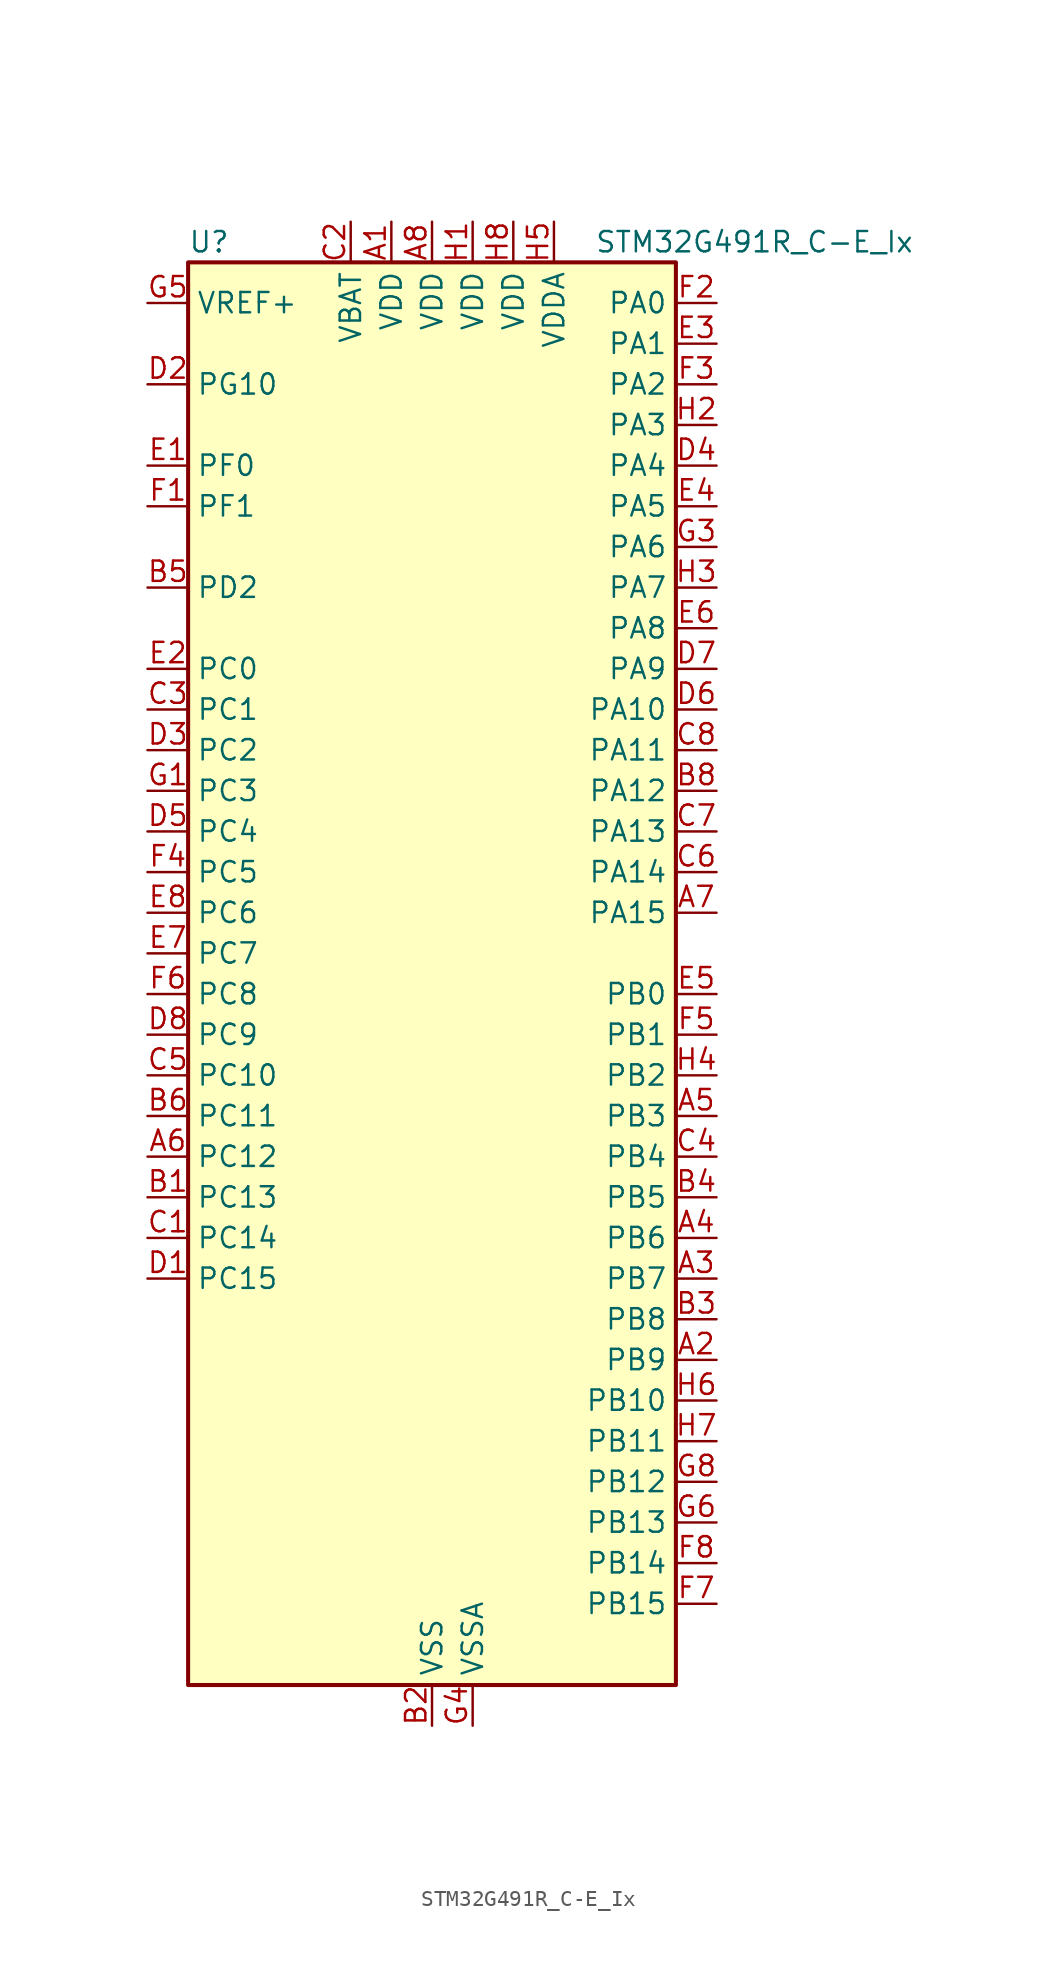
<source format=kicad_sym>
(kicad_symbol_lib
  (version 20220914)
  (generator kicad_symbol_editor)
  (symbol "STM32G491R_C-E_Ix"
    (property "Reference" "U"
      (at -15.24 46.99 0)
      (effects (font (size 1.27 1.27)) (justify left)))
    (property "Value" "STM32G491R_C-E_Ix"
      (at 10.16 46.99 0)
      (effects (font (size 1.27 1.27)) (justify left)))
    (property "ki_locked" ""
      (at 0 0 0)
      (effects (font (size 1.27 1.27))))
    (symbol "STM32G491R_C-E_Ix_0_1"
      (rectangle (start -15.24 -43.18) (end 15.24 45.72) (stroke (width 0.254) (type default)) (fill (type background))))
    (symbol "STM32G491R_C-E_Ix_1_1"
      (pin power_in line (at -2.54 48.26 270) (length 2.54) (name "VDD" (effects (font (size 1.27 1.27)))) (number "A1" (effects (font (size 1.27 1.27)))))
      (pin bidirectional line (at 17.78 -22.86 180) (length 2.54) (name "PB9" (effects (font (size 1.27 1.27)))) (number "A2" (effects (font (size 1.27 1.27)))) (alternate "COMP2_OUT" bidirectional line) (alternate "DAC1_EXTI9" bidirectional line) (alternate "DAC3_EXTI9" bidirectional line) (alternate "FDCAN1_TX" bidirectional line) (alternate "I2C1_SDA" bidirectional line) (alternate "IR_OUT" bidirectional line) (alternate "SAI1_D2" bidirectional line) (alternate "SAI1_FS_A" bidirectional line) (alternate "TIM17_CH1" bidirectional line) (alternate "TIM1_CH3N" bidirectional line) (alternate "TIM4_CH4" bidirectional line) (alternate "TIM8_CH3" bidirectional line) (alternate "USART3_TX" bidirectional line))
      (pin bidirectional line (at 17.78 -17.78 180) (length 2.54) (name "PB7" (effects (font (size 1.27 1.27)))) (number "A3" (effects (font (size 1.27 1.27)))) (alternate "COMP3_OUT" bidirectional line) (alternate "I2C1_SDA" bidirectional line) (alternate "LPTIM1_IN2" bidirectional line) (alternate "SYS_PVD_IN" bidirectional line) (alternate "TIM17_CH1N" bidirectional line) (alternate "TIM3_CH4" bidirectional line) (alternate "TIM4_CH2" bidirectional line) (alternate "TIM8_BKIN" bidirectional line) (alternate "UART4_CTS" bidirectional line) (alternate "USART1_RX" bidirectional line))
      (pin bidirectional line (at 17.78 -15.24 180) (length 2.54) (name "PB6" (effects (font (size 1.27 1.27)))) (number "A4" (effects (font (size 1.27 1.27)))) (alternate "COMP4_OUT" bidirectional line) (alternate "FDCAN2_TX" bidirectional line) (alternate "LPTIM1_ETR" bidirectional line) (alternate "SAI1_FS_B" bidirectional line) (alternate "TIM16_CH1N" bidirectional line) (alternate "TIM4_CH1" bidirectional line) (alternate "TIM8_BKIN2" bidirectional line) (alternate "TIM8_CH1" bidirectional line) (alternate "TIM8_ETR" bidirectional line) (alternate "UCPD1_CC1" bidirectional line) (alternate "USART1_TX" bidirectional line))
      (pin bidirectional line (at 17.78 -7.62 180) (length 2.54) (name "PB3" (effects (font (size 1.27 1.27)))) (number "A5" (effects (font (size 1.27 1.27)))) (alternate "ADC3_EXTI3" bidirectional line) (alternate "CRS_SYNC" bidirectional line) (alternate "I2S3_CK" bidirectional line) (alternate "SAI1_SCK_B" bidirectional line) (alternate "SPI1_SCK" bidirectional line) (alternate "SPI3_SCK" bidirectional line) (alternate "SYS_JTDO-SWO" bidirectional line) (alternate "TIM2_CH2" bidirectional line) (alternate "TIM3_ETR" bidirectional line) (alternate "TIM4_ETR" bidirectional line) (alternate "TIM8_CH1N" bidirectional line) (alternate "USART2_TX" bidirectional line))
      (pin bidirectional line (at -17.78 -10.16 0) (length 2.54) (name "PC12" (effects (font (size 1.27 1.27)))) (number "A6" (effects (font (size 1.27 1.27)))) (alternate "I2S3_SD" bidirectional line) (alternate "SPI3_MOSI" bidirectional line) (alternate "TIM8_CH3N" bidirectional line) (alternate "UART5_TX" bidirectional line) (alternate "UCPD1_FRSTX1" bidirectional line) (alternate "UCPD1_FRSTX2" bidirectional line) (alternate "USART3_CK" bidirectional line))
      (pin bidirectional line (at 17.78 5.08 180) (length 2.54) (name "PA15" (effects (font (size 1.27 1.27)))) (number "A7" (effects (font (size 1.27 1.27)))) (alternate "ADC1_EXTI15" bidirectional line) (alternate "ADC2_EXTI15" bidirectional line) (alternate "I2C1_SCL" bidirectional line) (alternate "I2S3_WS" bidirectional line) (alternate "SPI1_NSS" bidirectional line) (alternate "SPI3_NSS" bidirectional line) (alternate "SYS_JTDI" bidirectional line) (alternate "TIM1_BKIN" bidirectional line) (alternate "TIM20_ETR" bidirectional line) (alternate "TIM2_CH1" bidirectional line) (alternate "TIM2_ETR" bidirectional line) (alternate "TIM8_CH1" bidirectional line) (alternate "UART4_DE" bidirectional line) (alternate "UART4_RTS" bidirectional line) (alternate "USART2_RX" bidirectional line))
      (pin power_in line (at 0 48.26 270) (length 2.54) (name "VDD" (effects (font (size 1.27 1.27)))) (number "A8" (effects (font (size 1.27 1.27)))))
      (pin bidirectional line (at -17.78 -12.7 0) (length 2.54) (name "PC13" (effects (font (size 1.27 1.27)))) (number "B1" (effects (font (size 1.27 1.27)))) (alternate "RTC_OUT1" bidirectional line) (alternate "RTC_TAMP1" bidirectional line) (alternate "RTC_TS" bidirectional line) (alternate "SYS_WKUP2" bidirectional line) (alternate "TIM1_BKIN" bidirectional line) (alternate "TIM1_CH1N" bidirectional line) (alternate "TIM8_CH4N" bidirectional line))
      (pin power_in line (at 0 -45.72 90) (length 2.54) (name "VSS" (effects (font (size 1.27 1.27)))) (number "B2" (effects (font (size 1.27 1.27)))))
      (pin bidirectional line (at 17.78 -20.32 180) (length 2.54) (name "PB8" (effects (font (size 1.27 1.27)))) (number "B3" (effects (font (size 1.27 1.27)))) (alternate "COMP1_OUT" bidirectional line) (alternate "FDCAN1_RX" bidirectional line) (alternate "I2C1_SCL" bidirectional line) (alternate "SAI1_CK1" bidirectional line) (alternate "SAI1_MCLK_A" bidirectional line) (alternate "TIM16_CH1" bidirectional line) (alternate "TIM1_BKIN" bidirectional line) (alternate "TIM4_CH3" bidirectional line) (alternate "TIM8_CH2" bidirectional line) (alternate "USART3_RX" bidirectional line))
      (pin bidirectional line (at 17.78 -12.7 180) (length 2.54) (name "PB5" (effects (font (size 1.27 1.27)))) (number "B4" (effects (font (size 1.27 1.27)))) (alternate "FDCAN2_RX" bidirectional line) (alternate "I2C1_SMBA" bidirectional line) (alternate "I2C3_SDA" bidirectional line) (alternate "I2S3_SD" bidirectional line) (alternate "LPTIM1_IN1" bidirectional line) (alternate "SAI1_SD_B" bidirectional line) (alternate "SPI1_MOSI" bidirectional line) (alternate "SPI3_MOSI" bidirectional line) (alternate "TIM16_BKIN" bidirectional line) (alternate "TIM17_CH1" bidirectional line) (alternate "TIM3_CH2" bidirectional line) (alternate "TIM8_CH3N" bidirectional line) (alternate "UART5_CTS" bidirectional line) (alternate "USART2_CK" bidirectional line))
      (pin bidirectional line (at -17.78 25.4 0) (length 2.54) (name "PD2" (effects (font (size 1.27 1.27)))) (number "B5" (effects (font (size 1.27 1.27)))) (alternate "ADC3_EXTI2" bidirectional line) (alternate "TIM3_ETR" bidirectional line) (alternate "TIM8_BKIN" bidirectional line) (alternate "UART5_RX" bidirectional line))
      (pin bidirectional line (at -17.78 -7.62 0) (length 2.54) (name "PC11" (effects (font (size 1.27 1.27)))) (number "B6" (effects (font (size 1.27 1.27)))) (alternate "ADC1_EXTI11" bidirectional line) (alternate "ADC2_EXTI11" bidirectional line) (alternate "I2C3_SDA" bidirectional line) (alternate "SPI3_MISO" bidirectional line) (alternate "TIM8_CH2N" bidirectional line) (alternate "UART4_RX" bidirectional line) (alternate "USART3_RX" bidirectional line))
      (pin passive line (at 0 -45.72 90) (length 2.54) hide (name "VSS" (effects (font (size 1.27 1.27)))) (number "B7" (effects (font (size 1.27 1.27)))))
      (pin bidirectional line (at 17.78 12.7 180) (length 2.54) (name "PA12" (effects (font (size 1.27 1.27)))) (number "B8" (effects (font (size 1.27 1.27)))) (alternate "COMP2_OUT" bidirectional line) (alternate "FDCAN1_TX" bidirectional line) (alternate "I2S_CKIN" bidirectional line) (alternate "TIM16_CH1" bidirectional line) (alternate "TIM1_CH2N" bidirectional line) (alternate "TIM1_ETR" bidirectional line) (alternate "TIM4_CH2" bidirectional line) (alternate "USART1_DE" bidirectional line) (alternate "USART1_RTS" bidirectional line) (alternate "USB_DP" bidirectional line))
      (pin bidirectional line (at -17.78 -15.24 0) (length 2.54) (name "PC14" (effects (font (size 1.27 1.27)))) (number "C1" (effects (font (size 1.27 1.27)))) (alternate "RCC_OSC32_IN" bidirectional line))
      (pin power_in line (at -5.08 48.26 270) (length 2.54) (name "VBAT" (effects (font (size 1.27 1.27)))) (number "C2" (effects (font (size 1.27 1.27)))))
      (pin bidirectional line (at -17.78 17.78 0) (length 2.54) (name "PC1" (effects (font (size 1.27 1.27)))) (number "C3" (effects (font (size 1.27 1.27)))) (alternate "ADC1_IN7" bidirectional line) (alternate "ADC2_IN7" bidirectional line) (alternate "COMP3_INP" bidirectional line) (alternate "LPTIM1_OUT" bidirectional line) (alternate "LPUART1_TX" bidirectional line) (alternate "QUADSPI1_BK2_IO0" bidirectional line) (alternate "SAI1_SD_A" bidirectional line) (alternate "TIM1_CH2" bidirectional line))
      (pin bidirectional line (at 17.78 -10.16 180) (length 2.54) (name "PB4" (effects (font (size 1.27 1.27)))) (number "C4" (effects (font (size 1.27 1.27)))) (alternate "SAI1_MCLK_B" bidirectional line) (alternate "SPI1_MISO" bidirectional line) (alternate "SPI3_MISO" bidirectional line) (alternate "SYS_JTRST" bidirectional line) (alternate "TIM16_CH1" bidirectional line) (alternate "TIM17_BKIN" bidirectional line) (alternate "TIM3_CH1" bidirectional line) (alternate "TIM8_CH2N" bidirectional line) (alternate "UART5_DE" bidirectional line) (alternate "UART5_RTS" bidirectional line) (alternate "UCPD1_CC2" bidirectional line) (alternate "USART2_RX" bidirectional line))
      (pin bidirectional line (at -17.78 -5.08 0) (length 2.54) (name "PC10" (effects (font (size 1.27 1.27)))) (number "C5" (effects (font (size 1.27 1.27)))) (alternate "DAC1_EXTI10" bidirectional line) (alternate "DAC3_EXTI10" bidirectional line) (alternate "I2S3_CK" bidirectional line) (alternate "SPI3_SCK" bidirectional line) (alternate "TIM8_CH1N" bidirectional line) (alternate "UART4_TX" bidirectional line) (alternate "USART3_TX" bidirectional line))
      (pin bidirectional line (at 17.78 7.62 180) (length 2.54) (name "PA14" (effects (font (size 1.27 1.27)))) (number "C6" (effects (font (size 1.27 1.27)))) (alternate "I2C1_SDA" bidirectional line) (alternate "LPTIM1_OUT" bidirectional line) (alternate "SAI1_FS_B" bidirectional line) (alternate "SYS_JTCK-SWCLK" bidirectional line) (alternate "TIM1_BKIN" bidirectional line) (alternate "TIM8_CH2" bidirectional line) (alternate "USART2_TX" bidirectional line))
      (pin bidirectional line (at 17.78 10.16 180) (length 2.54) (name "PA13" (effects (font (size 1.27 1.27)))) (number "C7" (effects (font (size 1.27 1.27)))) (alternate "I2C1_SCL" bidirectional line) (alternate "IR_OUT" bidirectional line) (alternate "SAI1_SD_B" bidirectional line) (alternate "SYS_JTMS-SWDIO" bidirectional line) (alternate "TIM16_CH1N" bidirectional line) (alternate "TIM4_CH3" bidirectional line) (alternate "USART3_CTS" bidirectional line) (alternate "USART3_NSS" bidirectional line))
      (pin bidirectional line (at 17.78 15.24 180) (length 2.54) (name "PA11" (effects (font (size 1.27 1.27)))) (number "C8" (effects (font (size 1.27 1.27)))) (alternate "ADC1_EXTI11" bidirectional line) (alternate "ADC2_EXTI11" bidirectional line) (alternate "COMP1_OUT" bidirectional line) (alternate "FDCAN1_RX" bidirectional line) (alternate "I2S2_SD" bidirectional line) (alternate "SPI2_MOSI" bidirectional line) (alternate "TIM1_BKIN2" bidirectional line) (alternate "TIM1_CH1N" bidirectional line) (alternate "TIM1_CH4" bidirectional line) (alternate "TIM4_CH1" bidirectional line) (alternate "USART1_CTS" bidirectional line) (alternate "USART1_NSS" bidirectional line) (alternate "USB_DM" bidirectional line))
      (pin bidirectional line (at -17.78 -17.78 0) (length 2.54) (name "PC15" (effects (font (size 1.27 1.27)))) (number "D1" (effects (font (size 1.27 1.27)))) (alternate "ADC1_EXTI15" bidirectional line) (alternate "ADC2_EXTI15" bidirectional line) (alternate "RCC_OSC32_OUT" bidirectional line))
      (pin bidirectional line (at -17.78 38.1 0) (length 2.54) (name "PG10" (effects (font (size 1.27 1.27)))) (number "D2" (effects (font (size 1.27 1.27)))) (alternate "DAC1_EXTI10" bidirectional line) (alternate "DAC3_EXTI10" bidirectional line) (alternate "RCC_MCO" bidirectional line))
      (pin bidirectional line (at -17.78 15.24 0) (length 2.54) (name "PC2" (effects (font (size 1.27 1.27)))) (number "D3" (effects (font (size 1.27 1.27)))) (alternate "ADC1_IN8" bidirectional line) (alternate "ADC2_IN8" bidirectional line) (alternate "ADC3_EXTI2" bidirectional line) (alternate "COMP3_OUT" bidirectional line) (alternate "LPTIM1_IN2" bidirectional line) (alternate "QUADSPI1_BK2_IO1" bidirectional line) (alternate "TIM1_CH3" bidirectional line) (alternate "TIM20_CH2" bidirectional line))
      (pin bidirectional line (at 17.78 33.02 180) (length 2.54) (name "PA4" (effects (font (size 1.27 1.27)))) (number "D4" (effects (font (size 1.27 1.27)))) (alternate "ADC2_IN17" bidirectional line) (alternate "COMP1_INM" bidirectional line) (alternate "DAC1_OUT1" bidirectional line) (alternate "I2S3_WS" bidirectional line) (alternate "SAI1_FS_B" bidirectional line) (alternate "SPI1_NSS" bidirectional line) (alternate "SPI3_NSS" bidirectional line) (alternate "TIM3_CH2" bidirectional line) (alternate "USART2_CK" bidirectional line))
      (pin bidirectional line (at -17.78 10.16 0) (length 2.54) (name "PC4" (effects (font (size 1.27 1.27)))) (number "D5" (effects (font (size 1.27 1.27)))) (alternate "ADC2_IN5" bidirectional line) (alternate "I2C2_SCL" bidirectional line) (alternate "QUADSPI1_BK2_IO3" bidirectional line) (alternate "TIM1_ETR" bidirectional line) (alternate "USART1_TX" bidirectional line))
      (pin bidirectional line (at 17.78 17.78 180) (length 2.54) (name "PA10" (effects (font (size 1.27 1.27)))) (number "D6" (effects (font (size 1.27 1.27)))) (alternate "CRS_SYNC" bidirectional line) (alternate "DAC1_EXTI10" bidirectional line) (alternate "DAC3_EXTI10" bidirectional line) (alternate "I2C2_SMBA" bidirectional line) (alternate "SAI1_D1" bidirectional line) (alternate "SAI1_SD_A" bidirectional line) (alternate "SPI2_MISO" bidirectional line) (alternate "TIM17_BKIN" bidirectional line) (alternate "TIM1_CH3" bidirectional line) (alternate "TIM2_CH4" bidirectional line) (alternate "TIM8_BKIN" bidirectional line) (alternate "UCPD1_DBCC2" bidirectional line) (alternate "USART1_RX" bidirectional line))
      (pin bidirectional line (at 17.78 20.32 180) (length 2.54) (name "PA9" (effects (font (size 1.27 1.27)))) (number "D7" (effects (font (size 1.27 1.27)))) (alternate "DAC1_EXTI9" bidirectional line) (alternate "DAC3_EXTI9" bidirectional line) (alternate "I2C2_SCL" bidirectional line) (alternate "I2C3_SMBA" bidirectional line) (alternate "I2S3_MCK" bidirectional line) (alternate "SAI1_FS_A" bidirectional line) (alternate "TIM15_BKIN" bidirectional line) (alternate "TIM1_CH2" bidirectional line) (alternate "TIM2_CH3" bidirectional line) (alternate "UCPD1_DBCC1" bidirectional line) (alternate "USART1_TX" bidirectional line))
      (pin bidirectional line (at -17.78 -2.54 0) (length 2.54) (name "PC9" (effects (font (size 1.27 1.27)))) (number "D8" (effects (font (size 1.27 1.27)))) (alternate "DAC1_EXTI9" bidirectional line) (alternate "DAC3_EXTI9" bidirectional line) (alternate "I2C3_SDA" bidirectional line) (alternate "I2S_CKIN" bidirectional line) (alternate "TIM3_CH4" bidirectional line) (alternate "TIM8_BKIN2" bidirectional line) (alternate "TIM8_CH4" bidirectional line))
      (pin bidirectional line (at -17.78 33.02 0) (length 2.54) (name "PF0" (effects (font (size 1.27 1.27)))) (number "E1" (effects (font (size 1.27 1.27)))) (alternate "ADC1_IN10" bidirectional line) (alternate "I2C2_SDA" bidirectional line) (alternate "I2S2_WS" bidirectional line) (alternate "RCC_OSC_IN" bidirectional line) (alternate "SPI2_NSS" bidirectional line) (alternate "TIM1_CH3N" bidirectional line))
      (pin bidirectional line (at -17.78 20.32 0) (length 2.54) (name "PC0" (effects (font (size 1.27 1.27)))) (number "E2" (effects (font (size 1.27 1.27)))) (alternate "ADC1_IN6" bidirectional line) (alternate "ADC2_IN6" bidirectional line) (alternate "COMP3_INM" bidirectional line) (alternate "LPTIM1_IN1" bidirectional line) (alternate "LPUART1_RX" bidirectional line) (alternate "TIM1_CH1" bidirectional line))
      (pin bidirectional line (at 17.78 40.64 180) (length 2.54) (name "PA1" (effects (font (size 1.27 1.27)))) (number "E3" (effects (font (size 1.27 1.27)))) (alternate "ADC1_IN2" bidirectional line) (alternate "ADC2_IN2" bidirectional line) (alternate "COMP1_INP" bidirectional line) (alternate "OPAMP1_VINP" bidirectional line) (alternate "OPAMP1_VINP_SEC" bidirectional line) (alternate "OPAMP3_VINP" bidirectional line) (alternate "OPAMP3_VINP_SEC" bidirectional line) (alternate "OPAMP6_VINM" bidirectional line) (alternate "OPAMP6_VINM0" bidirectional line) (alternate "OPAMP6_VINM_SEC" bidirectional line) (alternate "RTC_REFIN" bidirectional line) (alternate "TIM15_CH1N" bidirectional line) (alternate "TIM2_CH2" bidirectional line) (alternate "USART2_DE" bidirectional line) (alternate "USART2_RTS" bidirectional line))
      (pin bidirectional line (at 17.78 30.48 180) (length 2.54) (name "PA5" (effects (font (size 1.27 1.27)))) (number "E4" (effects (font (size 1.27 1.27)))) (alternate "ADC2_IN13" bidirectional line) (alternate "COMP2_INM" bidirectional line) (alternate "DAC1_OUT2" bidirectional line) (alternate "OPAMP2_VINM" bidirectional line) (alternate "OPAMP2_VINM0" bidirectional line) (alternate "OPAMP2_VINM_SEC" bidirectional line) (alternate "SPI1_SCK" bidirectional line) (alternate "TIM2_CH1" bidirectional line) (alternate "TIM2_ETR" bidirectional line) (alternate "UCPD1_FRSTX1" bidirectional line) (alternate "UCPD1_FRSTX2" bidirectional line))
      (pin bidirectional line (at 17.78 0 180) (length 2.54) (name "PB0" (effects (font (size 1.27 1.27)))) (number "E5" (effects (font (size 1.27 1.27)))) (alternate "ADC1_IN15" bidirectional line) (alternate "ADC3_IN12" bidirectional line) (alternate "COMP4_INP" bidirectional line) (alternate "OPAMP2_VINP" bidirectional line) (alternate "OPAMP2_VINP_SEC" bidirectional line) (alternate "OPAMP3_VINP" bidirectional line) (alternate "OPAMP3_VINP_SEC" bidirectional line) (alternate "QUADSPI1_BK1_IO1" bidirectional line) (alternate "TIM1_CH2N" bidirectional line) (alternate "TIM3_CH3" bidirectional line) (alternate "TIM8_CH2N" bidirectional line) (alternate "UCPD1_FRSTX1" bidirectional line) (alternate "UCPD1_FRSTX2" bidirectional line))
      (pin bidirectional line (at 17.78 22.86 180) (length 2.54) (name "PA8" (effects (font (size 1.27 1.27)))) (number "E6" (effects (font (size 1.27 1.27)))) (alternate "I2C2_SDA" bidirectional line) (alternate "I2C3_SCL" bidirectional line) (alternate "I2S2_MCK" bidirectional line) (alternate "RCC_MCO" bidirectional line) (alternate "SAI1_CK2" bidirectional line) (alternate "SAI1_SCK_A" bidirectional line) (alternate "TIM1_CH1" bidirectional line) (alternate "TIM4_ETR" bidirectional line) (alternate "USART1_CK" bidirectional line))
      (pin bidirectional line (at -17.78 2.54 0) (length 2.54) (name "PC7" (effects (font (size 1.27 1.27)))) (number "E7" (effects (font (size 1.27 1.27)))) (alternate "I2S3_MCK" bidirectional line) (alternate "TIM3_CH2" bidirectional line) (alternate "TIM8_CH2" bidirectional line))
      (pin bidirectional line (at -17.78 5.08 0) (length 2.54) (name "PC6" (effects (font (size 1.27 1.27)))) (number "E8" (effects (font (size 1.27 1.27)))) (alternate "I2S2_MCK" bidirectional line) (alternate "TIM3_CH1" bidirectional line) (alternate "TIM8_CH1" bidirectional line))
      (pin bidirectional line (at -17.78 30.48 0) (length 2.54) (name "PF1" (effects (font (size 1.27 1.27)))) (number "F1" (effects (font (size 1.27 1.27)))) (alternate "ADC2_IN10" bidirectional line) (alternate "COMP3_INM" bidirectional line) (alternate "I2S2_CK" bidirectional line) (alternate "RCC_OSC_OUT" bidirectional line) (alternate "SPI2_SCK" bidirectional line))
      (pin bidirectional line (at 17.78 43.18 180) (length 2.54) (name "PA0" (effects (font (size 1.27 1.27)))) (number "F2" (effects (font (size 1.27 1.27)))) (alternate "ADC1_IN1" bidirectional line) (alternate "ADC2_IN1" bidirectional line) (alternate "COMP1_INM" bidirectional line) (alternate "COMP1_OUT" bidirectional line) (alternate "COMP3_INP" bidirectional line) (alternate "RTC_TAMP2" bidirectional line) (alternate "SYS_WKUP1" bidirectional line) (alternate "TIM2_CH1" bidirectional line) (alternate "TIM2_ETR" bidirectional line) (alternate "TIM8_BKIN" bidirectional line) (alternate "TIM8_ETR" bidirectional line) (alternate "USART2_CTS" bidirectional line) (alternate "USART2_NSS" bidirectional line))
      (pin bidirectional line (at 17.78 38.1 180) (length 2.54) (name "PA2" (effects (font (size 1.27 1.27)))) (number "F3" (effects (font (size 1.27 1.27)))) (alternate "ADC1_IN3" bidirectional line) (alternate "ADC3_EXTI2" bidirectional line) (alternate "COMP2_INM" bidirectional line) (alternate "COMP2_OUT" bidirectional line) (alternate "LPUART1_TX" bidirectional line) (alternate "OPAMP1_VOUT" bidirectional line) (alternate "QUADSPI1_BK1_NCS" bidirectional line) (alternate "RCC_LSCO" bidirectional line) (alternate "SYS_WKUP4" bidirectional line) (alternate "TIM15_CH1" bidirectional line) (alternate "TIM2_CH3" bidirectional line) (alternate "UCPD1_FRSTX1" bidirectional line) (alternate "UCPD1_FRSTX2" bidirectional line) (alternate "USART2_TX" bidirectional line))
      (pin bidirectional line (at -17.78 7.62 0) (length 2.54) (name "PC5" (effects (font (size 1.27 1.27)))) (number "F4" (effects (font (size 1.27 1.27)))) (alternate "ADC2_IN11" bidirectional line) (alternate "OPAMP1_VINM" bidirectional line) (alternate "OPAMP1_VINM1" bidirectional line) (alternate "OPAMP1_VINM_SEC" bidirectional line) (alternate "OPAMP2_VINM" bidirectional line) (alternate "OPAMP2_VINM1" bidirectional line) (alternate "OPAMP2_VINM_SEC" bidirectional line) (alternate "SAI1_D3" bidirectional line) (alternate "SYS_WKUP5" bidirectional line) (alternate "TIM15_BKIN" bidirectional line) (alternate "TIM1_CH4N" bidirectional line) (alternate "USART1_RX" bidirectional line))
      (pin bidirectional line (at 17.78 -2.54 180) (length 2.54) (name "PB1" (effects (font (size 1.27 1.27)))) (number "F5" (effects (font (size 1.27 1.27)))) (alternate "ADC1_IN12" bidirectional line) (alternate "ADC3_IN1" bidirectional line) (alternate "COMP1_INP" bidirectional line) (alternate "COMP4_OUT" bidirectional line) (alternate "LPUART1_DE" bidirectional line) (alternate "LPUART1_RTS" bidirectional line) (alternate "OPAMP3_VOUT" bidirectional line) (alternate "OPAMP6_VINM" bidirectional line) (alternate "OPAMP6_VINM1" bidirectional line) (alternate "OPAMP6_VINM_SEC" bidirectional line) (alternate "QUADSPI1_BK1_IO0" bidirectional line) (alternate "TIM1_CH3N" bidirectional line) (alternate "TIM3_CH4" bidirectional line) (alternate "TIM8_CH3N" bidirectional line))
      (pin bidirectional line (at -17.78 0 0) (length 2.54) (name "PC8" (effects (font (size 1.27 1.27)))) (number "F6" (effects (font (size 1.27 1.27)))) (alternate "I2C3_SCL" bidirectional line) (alternate "TIM20_CH3" bidirectional line) (alternate "TIM3_CH3" bidirectional line) (alternate "TIM8_CH3" bidirectional line))
      (pin bidirectional line (at 17.78 -38.1 180) (length 2.54) (name "PB15" (effects (font (size 1.27 1.27)))) (number "F7" (effects (font (size 1.27 1.27)))) (alternate "ADC1_EXTI15" bidirectional line) (alternate "ADC2_EXTI15" bidirectional line) (alternate "ADC2_IN15" bidirectional line) (alternate "COMP3_OUT" bidirectional line) (alternate "I2S2_SD" bidirectional line) (alternate "RTC_REFIN" bidirectional line) (alternate "SPI2_MOSI" bidirectional line) (alternate "TIM15_CH1N" bidirectional line) (alternate "TIM15_CH2" bidirectional line) (alternate "TIM1_CH3N" bidirectional line))
      (pin bidirectional line (at 17.78 -35.56 180) (length 2.54) (name "PB14" (effects (font (size 1.27 1.27)))) (number "F8" (effects (font (size 1.27 1.27)))) (alternate "ADC1_IN5" bidirectional line) (alternate "COMP4_OUT" bidirectional line) (alternate "OPAMP2_VINP" bidirectional line) (alternate "OPAMP2_VINP_SEC" bidirectional line) (alternate "SPI2_MISO" bidirectional line) (alternate "TIM15_CH1" bidirectional line) (alternate "TIM1_CH2N" bidirectional line) (alternate "USART3_DE" bidirectional line) (alternate "USART3_RTS" bidirectional line))
      (pin bidirectional line (at -17.78 12.7 0) (length 2.54) (name "PC3" (effects (font (size 1.27 1.27)))) (number "G1" (effects (font (size 1.27 1.27)))) (alternate "ADC1_IN9" bidirectional line) (alternate "ADC2_IN9" bidirectional line) (alternate "ADC3_EXTI3" bidirectional line) (alternate "LPTIM1_ETR" bidirectional line) (alternate "QUADSPI1_BK2_IO2" bidirectional line) (alternate "SAI1_D1" bidirectional line) (alternate "SAI1_SD_A" bidirectional line) (alternate "TIM1_BKIN2" bidirectional line) (alternate "TIM1_CH4" bidirectional line))
      (pin passive line (at 0 -45.72 90) (length 2.54) hide (name "VSS" (effects (font (size 1.27 1.27)))) (number "G2" (effects (font (size 1.27 1.27)))))
      (pin bidirectional line (at 17.78 27.94 180) (length 2.54) (name "PA6" (effects (font (size 1.27 1.27)))) (number "G3" (effects (font (size 1.27 1.27)))) (alternate "ADC2_IN3" bidirectional line) (alternate "COMP1_OUT" bidirectional line) (alternate "LPUART1_CTS" bidirectional line) (alternate "OPAMP2_VOUT" bidirectional line) (alternate "QUADSPI1_BK1_IO3" bidirectional line) (alternate "SPI1_MISO" bidirectional line) (alternate "TIM16_CH1" bidirectional line) (alternate "TIM1_BKIN" bidirectional line) (alternate "TIM3_CH1" bidirectional line) (alternate "TIM8_BKIN" bidirectional line))
      (pin power_in line (at 2.54 -45.72 90) (length 2.54) (name "VSSA" (effects (font (size 1.27 1.27)))) (number "G4" (effects (font (size 1.27 1.27)))))
      (pin input line (at -17.78 43.18 0) (length 2.54) (name "VREF+" (effects (font (size 1.27 1.27)))) (number "G5" (effects (font (size 1.27 1.27)))) (alternate "VREFBUF_OUT" bidirectional line))
      (pin bidirectional line (at 17.78 -33.02 180) (length 2.54) (name "PB13" (effects (font (size 1.27 1.27)))) (number "G6" (effects (font (size 1.27 1.27)))) (alternate "ADC3_IN5" bidirectional line) (alternate "FDCAN2_TX" bidirectional line) (alternate "I2S2_CK" bidirectional line) (alternate "LPUART1_CTS" bidirectional line) (alternate "OPAMP3_VINP" bidirectional line) (alternate "OPAMP3_VINP_SEC" bidirectional line) (alternate "OPAMP6_VINP" bidirectional line) (alternate "OPAMP6_VINP_SEC" bidirectional line) (alternate "SPI2_SCK" bidirectional line) (alternate "TIM1_CH1N" bidirectional line) (alternate "USART3_CTS" bidirectional line) (alternate "USART3_NSS" bidirectional line))
      (pin passive line (at 0 -45.72 90) (length 2.54) hide (name "VSS" (effects (font (size 1.27 1.27)))) (number "G7" (effects (font (size 1.27 1.27)))))
      (pin bidirectional line (at 17.78 -30.48 180) (length 2.54) (name "PB12" (effects (font (size 1.27 1.27)))) (number "G8" (effects (font (size 1.27 1.27)))) (alternate "ADC1_IN11" bidirectional line) (alternate "FDCAN2_RX" bidirectional line) (alternate "I2C2_SMBA" bidirectional line) (alternate "I2S2_WS" bidirectional line) (alternate "LPUART1_DE" bidirectional line) (alternate "LPUART1_RTS" bidirectional line) (alternate "OPAMP6_VINP" bidirectional line) (alternate "OPAMP6_VINP_SEC" bidirectional line) (alternate "SPI2_NSS" bidirectional line) (alternate "TIM1_BKIN" bidirectional line) (alternate "USART3_CK" bidirectional line))
      (pin power_in line (at 2.54 48.26 270) (length 2.54) (name "VDD" (effects (font (size 1.27 1.27)))) (number "H1" (effects (font (size 1.27 1.27)))))
      (pin bidirectional line (at 17.78 35.56 180) (length 2.54) (name "PA3" (effects (font (size 1.27 1.27)))) (number "H2" (effects (font (size 1.27 1.27)))) (alternate "ADC1_IN4" bidirectional line) (alternate "ADC3_EXTI3" bidirectional line) (alternate "COMP2_INP" bidirectional line) (alternate "LPUART1_RX" bidirectional line) (alternate "OPAMP1_VINM" bidirectional line) (alternate "OPAMP1_VINM0" bidirectional line) (alternate "OPAMP1_VINM_SEC" bidirectional line) (alternate "OPAMP1_VINP" bidirectional line) (alternate "OPAMP1_VINP_SEC" bidirectional line) (alternate "QUADSPI1_CLK" bidirectional line) (alternate "SAI1_CK1" bidirectional line) (alternate "SAI1_MCLK_A" bidirectional line) (alternate "TIM15_CH2" bidirectional line) (alternate "TIM2_CH4" bidirectional line) (alternate "USART2_RX" bidirectional line))
      (pin bidirectional line (at 17.78 25.4 180) (length 2.54) (name "PA7" (effects (font (size 1.27 1.27)))) (number "H3" (effects (font (size 1.27 1.27)))) (alternate "ADC2_IN4" bidirectional line) (alternate "COMP2_INP" bidirectional line) (alternate "COMP2_OUT" bidirectional line) (alternate "OPAMP1_VINP" bidirectional line) (alternate "OPAMP1_VINP_SEC" bidirectional line) (alternate "OPAMP2_VINP" bidirectional line) (alternate "OPAMP2_VINP_SEC" bidirectional line) (alternate "QUADSPI1_BK1_IO2" bidirectional line) (alternate "SPI1_MOSI" bidirectional line) (alternate "TIM17_CH1" bidirectional line) (alternate "TIM1_CH1N" bidirectional line) (alternate "TIM3_CH2" bidirectional line) (alternate "TIM8_CH1N" bidirectional line) (alternate "UCPD1_FRSTX1" bidirectional line) (alternate "UCPD1_FRSTX2" bidirectional line))
      (pin bidirectional line (at 17.78 -5.08 180) (length 2.54) (name "PB2" (effects (font (size 1.27 1.27)))) (number "H4" (effects (font (size 1.27 1.27)))) (alternate "ADC2_IN12" bidirectional line) (alternate "ADC3_EXTI2" bidirectional line) (alternate "COMP4_INM" bidirectional line) (alternate "I2C3_SMBA" bidirectional line) (alternate "LPTIM1_OUT" bidirectional line) (alternate "OPAMP3_VINM" bidirectional line) (alternate "OPAMP3_VINM0" bidirectional line) (alternate "OPAMP3_VINM_SEC" bidirectional line) (alternate "QUADSPI1_BK2_IO1" bidirectional line) (alternate "RTC_OUT2" bidirectional line) (alternate "TIM20_CH1" bidirectional line))
      (pin power_in line (at 7.62 48.26 270) (length 2.54) (name "VDDA" (effects (font (size 1.27 1.27)))) (number "H5" (effects (font (size 1.27 1.27)))))
      (pin bidirectional line (at 17.78 -25.4 180) (length 2.54) (name "PB10" (effects (font (size 1.27 1.27)))) (number "H6" (effects (font (size 1.27 1.27)))) (alternate "DAC1_EXTI10" bidirectional line) (alternate "DAC3_EXTI10" bidirectional line) (alternate "LPUART1_RX" bidirectional line) (alternate "OPAMP3_VINM" bidirectional line) (alternate "OPAMP3_VINM1" bidirectional line) (alternate "OPAMP3_VINM_SEC" bidirectional line) (alternate "QUADSPI1_CLK" bidirectional line) (alternate "SAI1_SCK_A" bidirectional line) (alternate "TIM1_BKIN" bidirectional line) (alternate "TIM2_CH3" bidirectional line) (alternate "USART3_TX" bidirectional line))
      (pin bidirectional line (at 17.78 -27.94 180) (length 2.54) (name "PB11" (effects (font (size 1.27 1.27)))) (number "H7" (effects (font (size 1.27 1.27)))) (alternate "ADC1_EXTI11" bidirectional line) (alternate "ADC1_IN14" bidirectional line) (alternate "ADC2_EXTI11" bidirectional line) (alternate "ADC2_IN14" bidirectional line) (alternate "LPUART1_TX" bidirectional line) (alternate "OPAMP6_VOUT" bidirectional line) (alternate "QUADSPI1_BK1_NCS" bidirectional line) (alternate "TIM2_CH4" bidirectional line) (alternate "USART3_RX" bidirectional line))
      (pin power_in line (at 5.08 48.26 270) (length 2.54) (name "VDD" (effects (font (size 1.27 1.27)))) (number "H8" (effects (font (size 1.27 1.27))))))))
</source>
